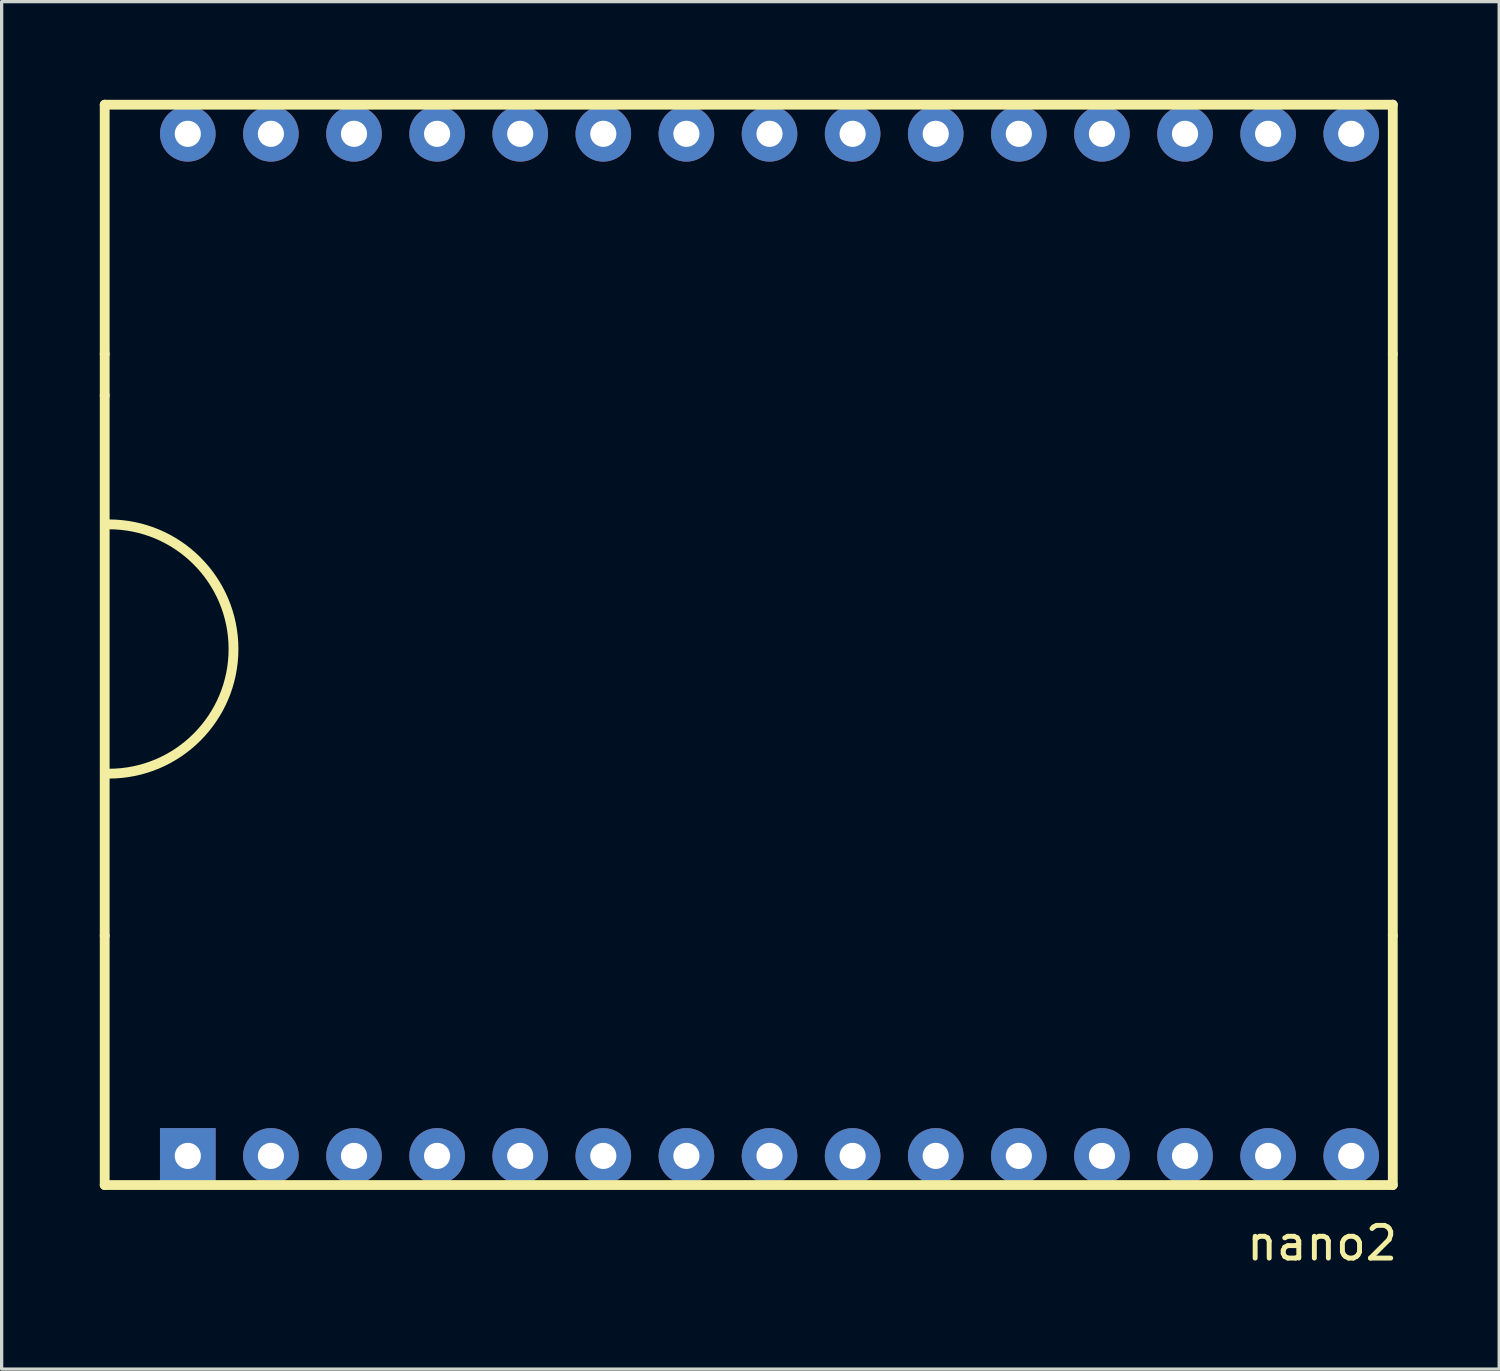
<source format=kicad_pcb>
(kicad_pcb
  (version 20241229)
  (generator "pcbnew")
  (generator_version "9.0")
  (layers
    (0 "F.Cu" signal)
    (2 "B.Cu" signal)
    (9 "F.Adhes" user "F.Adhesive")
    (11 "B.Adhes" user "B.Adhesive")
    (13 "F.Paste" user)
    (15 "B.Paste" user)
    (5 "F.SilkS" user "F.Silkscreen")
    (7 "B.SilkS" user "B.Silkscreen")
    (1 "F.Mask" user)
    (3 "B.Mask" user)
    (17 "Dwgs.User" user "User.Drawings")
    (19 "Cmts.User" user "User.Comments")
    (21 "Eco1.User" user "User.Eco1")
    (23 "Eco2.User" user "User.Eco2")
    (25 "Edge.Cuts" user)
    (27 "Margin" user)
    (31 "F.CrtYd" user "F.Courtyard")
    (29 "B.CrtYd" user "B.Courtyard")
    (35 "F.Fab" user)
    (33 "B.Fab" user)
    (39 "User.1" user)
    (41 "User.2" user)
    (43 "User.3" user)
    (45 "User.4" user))
  (footprint "nano2"
    (layer "F.Cu")
    (at 20.47 16.66)
    (property "Reference" "nano2" (at 16.891 18.288 0) (layer "F.SilkS") (effects (font (size 1 1) (thickness 0.15))))
    (attr through_hole)
    (fp_line (start -20.32 -16.51) (end 19.05 -16.51) (stroke (width 0.3) (type solid)) (layer "F.SilkS"))
    (fp_line (start -20.32 -8.89) (end -20.32 -16.51) (stroke (width 0.3) (type solid)) (layer "F.SilkS"))
    (fp_line (start -20.32 -7.62) (end -20.32 -8.89) (stroke (width 0.3) (type solid)) (layer "F.SilkS"))
    (fp_line (start -20.32 8.89) (end -20.32 -7.62) (stroke (width 0.3) (type solid)) (layer "F.SilkS"))
    (fp_line (start -20.32 16.51) (end -20.32 8.89) (stroke (width 0.3) (type solid)) (layer "F.SilkS"))
    (fp_line (start 19.05 -16.51) (end 19.05 -8.89) (stroke (width 0.3) (type solid)) (layer "F.SilkS"))
    (fp_line (start 19.05 -8.89) (end 19.05 8.89) (stroke (width 0.3) (type solid)) (layer "F.SilkS"))
    (fp_line (start 19.05 8.89) (end 19.05 16.51) (stroke (width 0.3) (type solid)) (layer "F.SilkS"))
    (fp_line (start 19.05 16.51) (end -20.32 16.51) (stroke (width 0.3) (type solid)) (layer "F.SilkS"))
    (fp_arc (start -20.193 -3.683) (mid -16.383 0.127) (end -20.193 3.937) (stroke (width 0.3) (type solid)) (layer "F.SilkS"))
    (pad "1" thru_hole rect (at -17.78 15.62) (size 1.7 1.7) (drill 0.8) (layers "*.Cu" "*.Mask"))
    (pad "2" thru_hole circle (at -15.24 15.62) (size 1.7 1.7) (drill 0.8) (layers "*.Cu" "*.Mask"))
    (pad "3" thru_hole circle (at -12.7 15.62) (size 1.7 1.7) (drill 0.8) (layers "*.Cu" "*.Mask"))
    (pad "4" thru_hole circle (at -10.16 15.62) (size 1.7 1.7) (drill 0.8) (layers "*.Cu" "*.Mask"))
    (pad "5" thru_hole circle (at -7.62 15.62) (size 1.7 1.7) (drill 0.8) (layers "*.Cu" "*.Mask"))
    (pad "6" thru_hole circle (at -5.08 15.62) (size 1.7 1.7) (drill 0.8) (layers "*.Cu" "*.Mask"))
    (pad "7" thru_hole circle (at -2.54 15.62) (size 1.7 1.7) (drill 0.8) (layers "*.Cu" "*.Mask"))
    (pad "8" thru_hole circle (at 0 15.62) (size 1.7 1.7) (drill 0.8) (layers "*.Cu" "*.Mask"))
    (pad "9" thru_hole circle (at 2.54 15.62) (size 1.7 1.7) (drill 0.8) (layers "*.Cu" "*.Mask"))
    (pad "10" thru_hole circle (at 5.08 15.62) (size 1.7 1.7) (drill 0.8) (layers "*.Cu" "*.Mask"))
    (pad "11" thru_hole circle (at 7.62 15.62) (size 1.7 1.7) (drill 0.8) (layers "*.Cu" "*.Mask"))
    (pad "12" thru_hole circle (at 10.16 15.62) (size 1.7 1.7) (drill 0.8) (layers "*.Cu" "*.Mask"))
    (pad "13" thru_hole circle (at 12.7 15.62) (size 1.7 1.7) (drill 0.8) (layers "*.Cu" "*.Mask"))
    (pad "14" thru_hole circle (at 15.24 15.62) (size 1.7 1.7) (drill 0.8) (layers "*.Cu" "*.Mask"))
    (pad "15" thru_hole circle (at 17.78 15.62) (size 1.7 1.7) (drill 0.8) (layers "*.Cu" "*.Mask"))
    (pad "16" thru_hole circle (at 17.78 -15.62) (size 1.7 1.7) (drill 0.8) (layers "*.Cu" "*.Mask"))
    (pad "17" thru_hole circle (at 15.24 -15.62) (size 1.7 1.7) (drill 0.8) (layers "*.Cu" "*.Mask"))
    (pad "18" thru_hole circle (at 12.7 -15.62) (size 1.7 1.7) (drill 0.8) (layers "*.Cu" "*.Mask"))
    (pad "19" thru_hole circle (at 10.16 -15.62) (size 1.7 1.7) (drill 0.8) (layers "*.Cu" "*.Mask"))
    (pad "20" thru_hole circle (at 7.62 -15.62) (size 1.7 1.7) (drill 0.8) (layers "*.Cu" "*.Mask"))
    (pad "21" thru_hole circle (at 5.08 -15.62) (size 1.7 1.7) (drill 0.8) (layers "*.Cu" "*.Mask"))
    (pad "22" thru_hole circle (at 2.54 -15.62) (size 1.7 1.7) (drill 0.8) (layers "*.Cu" "*.Mask"))
    (pad "23" thru_hole circle (at 0 -15.62) (size 1.7 1.7) (drill 0.8) (layers "*.Cu" "*.Mask"))
    (pad "24" thru_hole circle (at -2.54 -15.62) (size 1.7 1.7) (drill 0.8) (layers "*.Cu" "*.Mask"))
    (pad "25" thru_hole circle (at -5.08 -15.62) (size 1.7 1.7) (drill 0.8) (layers "*.Cu" "*.Mask"))
    (pad "26" thru_hole circle (at -7.62 -15.62) (size 1.7 1.7) (drill 0.8) (layers "*.Cu" "*.Mask"))
    (pad "27" thru_hole circle (at -10.16 -15.62) (size 1.7 1.7) (drill 0.8) (layers "*.Cu" "*.Mask"))
    (pad "28" thru_hole circle (at -12.7 -15.62) (size 1.7 1.7) (drill 0.8) (layers "*.Cu" "*.Mask"))
    (pad "29" thru_hole circle (at -15.24 -15.62) (size 1.7 1.7) (drill 0.8) (layers "*.Cu" "*.Mask"))
    (pad "30" thru_hole circle (at -17.78 -15.62) (size 1.7 1.7) (drill 0.8) (layers "*.Cu" "*.Mask")))
  (gr_rect
    (start -3 -3)
    (end 42.772 38.796)
    (stroke (width 0.1) (type default))
    (fill no)
    (layer "Edge.Cuts")))
</source>
